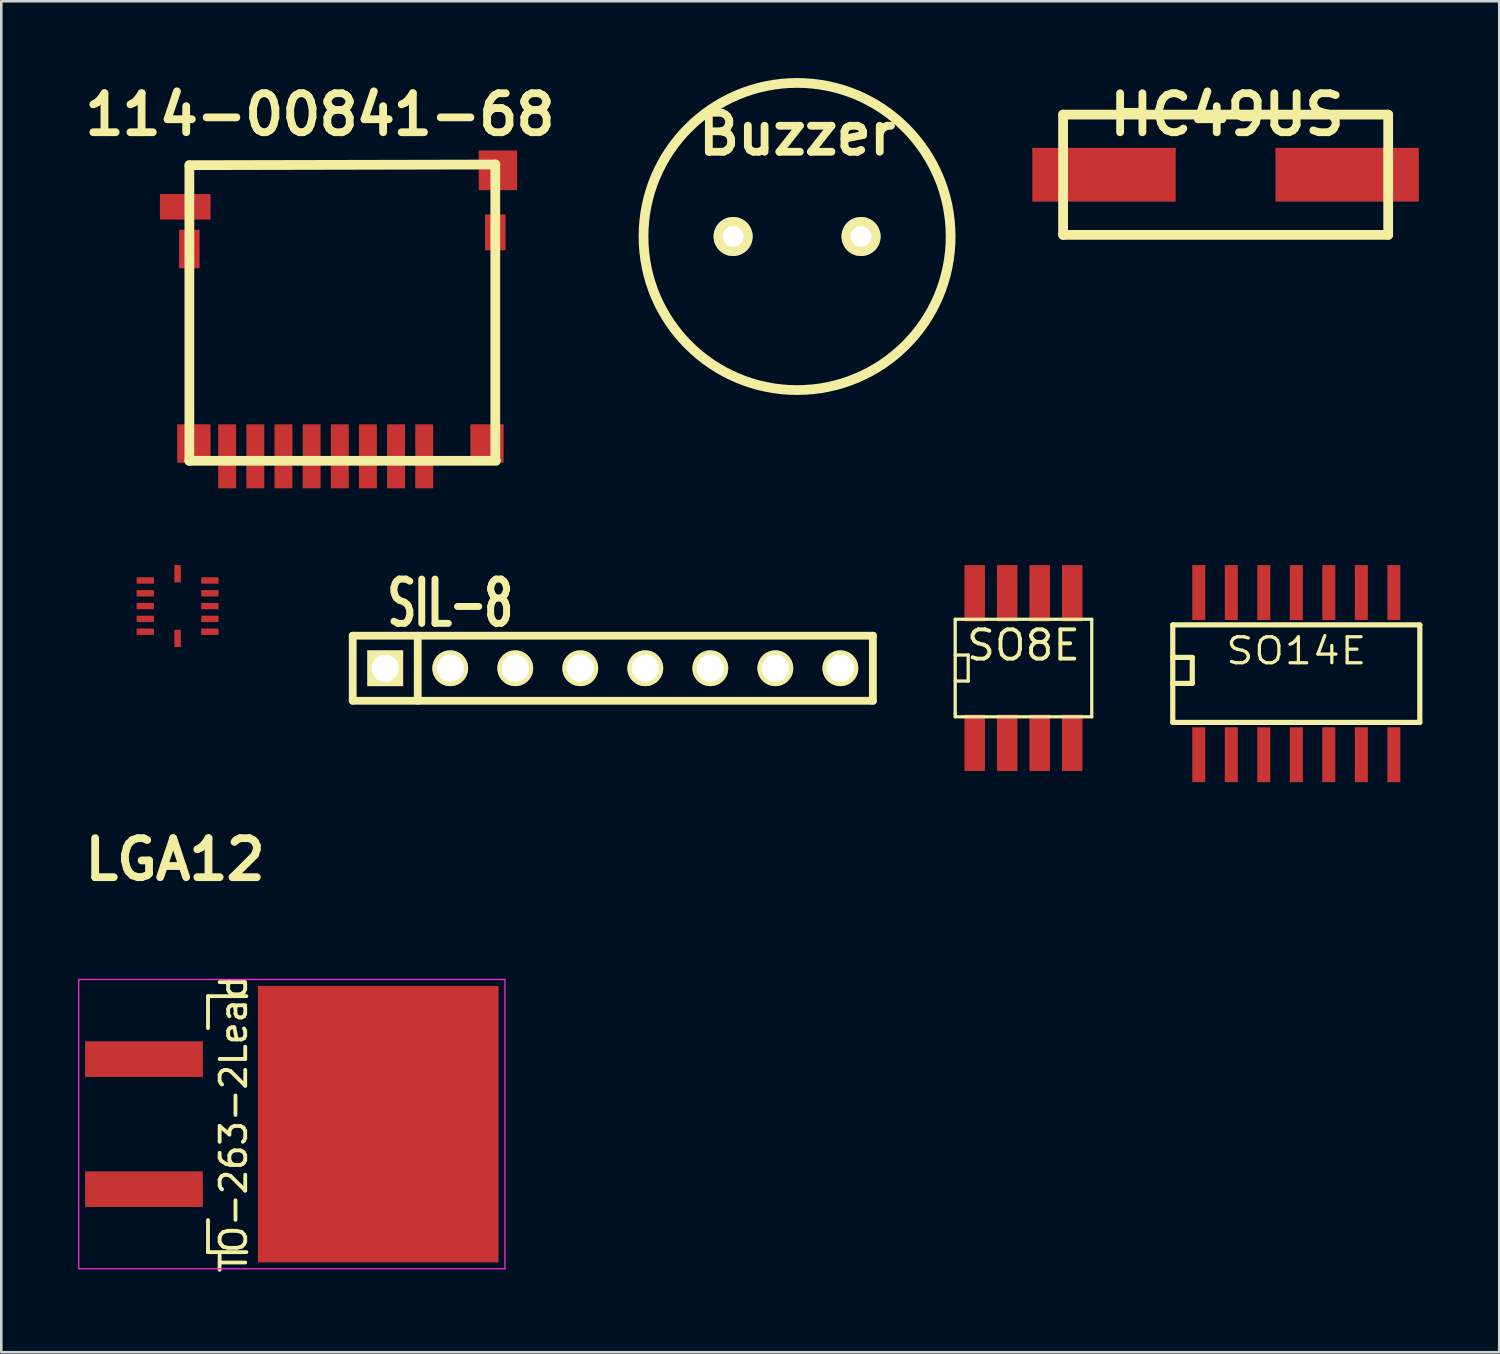
<source format=kicad_pcb>
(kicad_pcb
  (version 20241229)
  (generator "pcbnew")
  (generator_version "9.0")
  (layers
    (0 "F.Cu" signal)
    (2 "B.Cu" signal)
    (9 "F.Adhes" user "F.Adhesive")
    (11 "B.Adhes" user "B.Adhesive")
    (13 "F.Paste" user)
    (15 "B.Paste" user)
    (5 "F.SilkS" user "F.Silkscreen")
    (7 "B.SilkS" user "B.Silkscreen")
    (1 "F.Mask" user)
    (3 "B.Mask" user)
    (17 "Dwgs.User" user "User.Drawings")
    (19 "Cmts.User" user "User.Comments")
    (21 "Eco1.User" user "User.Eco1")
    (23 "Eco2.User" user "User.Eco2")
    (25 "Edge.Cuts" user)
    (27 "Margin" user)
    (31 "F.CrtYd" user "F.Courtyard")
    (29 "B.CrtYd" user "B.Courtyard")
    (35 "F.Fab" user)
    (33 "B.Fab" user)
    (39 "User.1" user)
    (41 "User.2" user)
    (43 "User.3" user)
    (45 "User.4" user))
  (footprint "LGA12"
    (layer "F.Cu")
    (at 3.887 20.627)
    (property "Reference" "LGA12" (at -0.099 9.901 0) (layer "F.SilkS") (effects (font (size 1.524 1.524) (thickness 0.305))))
    (attr through_hole)
    (pad "1" smd rect (at 1.262 1.001) (size 0.676 0.249) (layers "F.Cu" "F.Mask" "F.Paste"))
    (pad "2" smd rect (at 1.262 0.5) (size 0.676 0.249) (layers "F.Cu" "F.Mask" "F.Paste"))
    (pad "3" smd rect (at 1.262 0) (size 0.676 0.249) (layers "F.Cu" "F.Mask" "F.Paste"))
    (pad "4" smd rect (at 1.262 -0.5) (size 0.676 0.249) (layers "F.Cu" "F.Mask" "F.Paste"))
    (pad "5" smd rect (at 1.262 -1.001) (size 0.676 0.249) (layers "F.Cu" "F.Mask" "F.Paste"))
    (pad "6" smd rect (at 0 -1.262) (size 0.249 0.676) (layers "F.Cu" "F.Mask" "F.Paste"))
    (pad "7" smd rect (at -1.262 -1.001) (size 0.676 0.249) (layers "F.Cu" "F.Mask" "F.Paste"))
    (pad "8" smd rect (at -1.262 -0.5) (size 0.676 0.249) (layers "F.Cu" "F.Mask" "F.Paste"))
    (pad "9" smd rect (at -1.262 0) (size 0.676 0.249) (layers "F.Cu" "F.Mask" "F.Paste"))
    (pad "10" smd rect (at -1.262 0.5) (size 0.676 0.249) (layers "F.Cu" "F.Mask" "F.Paste"))
    (pad "11" smd rect (at -1.262 1.001) (size 0.676 0.249) (layers "F.Cu" "F.Mask" "F.Paste"))
    (pad "12" smd rect (at 0 1.262) (size 0.249 0.676) (layers "F.Cu" "F.Mask" "F.Paste")))
  (footprint "114-00841-68"
    (layer "F.Cu")
    (at 5.824 13.527)
    (property "Reference" "114-00841-68" (at 3.625 -12.101 0) (layer "F.SilkS") (effects (font (size 1.524 1.524) (thickness 0.305))))
    (attr through_hole)
    (fp_line (start -1.476 -10.124) (end -1.476 1.425) (stroke (width 0.381) (type solid)) (layer "F.SilkS"))
    (fp_line (start -1.476 1.425) (end 10.5 1.425) (stroke (width 0.381) (type solid)) (layer "F.SilkS"))
    (fp_line (start 10.475 -10.15) (end -1.476 -10.124) (stroke (width 0.381) (type solid)) (layer "F.SilkS"))
    (fp_line (start 10.475 1.374) (end 10.475 -10.15) (stroke (width 0.381) (type solid)) (layer "F.SilkS"))
    (fp_line (start -1.4 -2.324) (end 0.574 -5.951) (stroke (width 0.381) (type solid)) (layer "Eco1.User"))
    (fp_line (start -1.125 -6.025) (end 8.55 -6.025) (stroke (width 0.381) (type solid)) (layer "Eco1.User"))
    (fp_line (start -0.051 -2.324) (end 1.425 -2.349) (stroke (width 0.381) (type solid)) (layer "Eco1.User"))
    (fp_line (start 0.574 -5.951) (end 1.951 -5.951) (stroke (width 0.381) (type solid)) (layer "Eco1.User"))
    (fp_line (start 1.425 -2.349) (end 3.401 -5.999) (stroke (width 0.381) (type solid)) (layer "Eco1.User"))
    (fp_line (start 1.951 -5.951) (end -0.051 -2.324) (stroke (width 0.381) (type solid)) (layer "Eco1.User"))
    (fp_line (start 2.349 -10.051) (end 2.349 -7.75) (stroke (width 0.381) (type solid)) (layer "Eco1.User"))
    (fp_line (start 2.349 -7.75) (end 5.001 -7.75) (stroke (width 0.381) (type solid)) (layer "Eco1.User"))
    (fp_line (start 3.325 -2.225) (end 5.001 -2.276) (stroke (width 0.381) (type solid)) (layer "Eco1.User"))
    (fp_line (start 3.401 -5.999) (end 5.301 -5.999) (stroke (width 0.381) (type solid)) (layer "Eco1.User"))
    (fp_line (start 5.001 -7.75) (end 5.001 -10.099) (stroke (width 0.381) (type solid)) (layer "Eco1.User"))
    (fp_line (start 5.001 -2.276) (end 6.825 -5.926) (stroke (width 0.381) (type solid)) (layer "Eco1.User"))
    (fp_line (start 5.301 -5.999) (end 3.325 -2.225) (stroke (width 0.381) (type solid)) (layer "Eco1.User"))
    (fp_line (start 6.825 -5.926) (end 8.225 -5.974) (stroke (width 0.381) (type solid)) (layer "Eco1.User"))
    (fp_line (start 8.225 -5.974) (end 6.85 -2.276) (stroke (width 0.381) (type solid)) (layer "Eco1.User"))
    (fp_line (start 8.55 -6.025) (end 8.55 -2.324) (stroke (width 0.381) (type solid)) (layer "Eco1.User"))
    (fp_line (start 8.55 -2.324) (end -1.4 -2.324) (stroke (width 0.381) (type solid)) (layer "Eco1.User"))
    (pad "0" smd rect (at -1.476 -6.85) (size 0.8 1.501) (layers "F.Cu" "F.Mask" "F.Paste"))
    (pad "0" smd rect (at -1.3 0.749) (size 1.3 1.501) (layers "F.Cu" "F.Mask" "F.Paste"))
    (pad "0" smd rect (at 10.15 0.749) (size 1.3 1.501) (layers "F.Cu" "F.Mask" "F.Paste"))
    (pad "0" smd rect (at 10.475 -7.501) (size 0.8 1.4) (layers "F.Cu" "F.Mask" "F.Paste"))
    (pad "1" smd rect (at 7.699 1.25) (size 0.701 2.499) (layers "F.Cu" "F.Mask" "F.Paste"))
    (pad "2" smd rect (at 6.599 1.25) (size 0.701 2.499) (layers "F.Cu" "F.Mask" "F.Paste"))
    (pad "3" smd rect (at 5.499 1.25) (size 0.701 2.499) (layers "F.Cu" "F.Mask" "F.Paste"))
    (pad "4" smd rect (at 4.399 1.25) (size 0.701 2.499) (layers "F.Cu" "F.Mask" "F.Paste"))
    (pad "5" smd rect (at 3.299 1.25) (size 0.701 2.499) (layers "F.Cu" "F.Mask" "F.Paste"))
    (pad "6" smd rect (at 2.2 1.25) (size 0.701 2.499) (layers "F.Cu" "F.Mask" "F.Paste"))
    (pad "7" smd rect (at 1.1 1.25) (size 0.701 2.499) (layers "F.Cu" "F.Mask" "F.Paste"))
    (pad "8" smd rect (at 0 1.25) (size 0.701 2.499) (layers "F.Cu" "F.Mask" "F.Paste"))
    (pad "9" smd rect (at 10.577 -9.924) (size 1.501 1.549) (layers "F.Cu" "F.Mask" "F.Paste"))
    (pad "10" smd rect (at -1.638 -8.499) (size 1.976 1.001) (layers "F.Cu" "F.Mask" "F.Paste")))
  (footprint "SO14E"
    (layer "F.Cu")
    (at 47.59 23.139)
    (property "Reference" "SO14E" (at 0 -0.762 0) (layer "F.SilkS") (effects (font (size 1.016 1.143) (thickness 0.127))))
    (attr smd)
    (fp_line (start -4.826 -1.778) (end 4.826 -1.778) (stroke (width 0.203) (type solid)) (layer "F.SilkS"))
    (fp_line (start -4.826 -0.508) (end -4.064 -0.508) (stroke (width 0.203) (type solid)) (layer "F.SilkS"))
    (fp_line (start -4.826 2.032) (end -4.826 -1.778) (stroke (width 0.203) (type solid)) (layer "F.SilkS"))
    (fp_line (start -4.064 -0.508) (end -4.064 0.508) (stroke (width 0.203) (type solid)) (layer "F.SilkS"))
    (fp_line (start -4.064 0.508) (end -4.826 0.508) (stroke (width 0.203) (type solid)) (layer "F.SilkS"))
    (fp_line (start 4.826 -1.778) (end 4.826 2.032) (stroke (width 0.203) (type solid)) (layer "F.SilkS"))
    (fp_line (start 4.826 2.032) (end -4.826 2.032) (stroke (width 0.203) (type solid)) (layer "F.SilkS"))
    (pad "1" smd rect (at -3.81 3.294) (size 0.508 2.144) (layers "F.Cu" "F.Mask" "F.Paste"))
    (pad "2" smd rect (at -2.54 3.294) (size 0.508 2.144) (layers "F.Cu" "F.Mask" "F.Paste"))
    (pad "3" smd rect (at -1.27 3.294) (size 0.508 2.144) (layers "F.Cu" "F.Mask" "F.Paste"))
    (pad "4" smd rect (at 0 3.294) (size 0.508 2.144) (layers "F.Cu" "F.Mask" "F.Paste"))
    (pad "5" smd rect (at 1.27 3.294) (size 0.508 2.144) (layers "F.Cu" "F.Mask" "F.Paste"))
    (pad "6" smd rect (at 2.54 3.294) (size 0.508 2.144) (layers "F.Cu" "F.Mask" "F.Paste"))
    (pad "7" smd rect (at 3.81 3.294) (size 0.508 2.144) (layers "F.Cu" "F.Mask" "F.Paste"))
    (pad "8" smd rect (at 3.81 -3.04 180) (size 0.508 2.144) (layers "F.Cu" "F.Mask" "F.Paste"))
    (pad "9" smd rect (at 2.54 -3.04 180) (size 0.508 2.144) (layers "F.Cu" "F.Mask" "F.Paste"))
    (pad "10" smd rect (at 1.27 -3.04 180) (size 0.508 2.144) (layers "F.Cu" "F.Mask" "F.Paste"))
    (pad "11" smd rect (at 0 -3.04 180) (size 0.508 2.144) (layers "F.Cu" "F.Mask" "F.Paste"))
    (pad "12" smd rect (at -1.27 -3.04 180) (size 0.508 2.144) (layers "F.Cu" "F.Mask" "F.Paste"))
    (pad "13" smd rect (at -2.54 -3.04 180) (size 0.508 2.144) (layers "F.Cu" "F.Mask" "F.Paste"))
    (pad "14" smd rect (at -3.81 -3.04 180) (size 0.508 2.144) (layers "F.Cu" "F.Mask" "F.Paste")))
  (footprint "SO8E"
    (layer "F.Cu")
    (at 36.932 23.047)
    (property "Reference" "SO8E" (at 0 -0.889 0) (layer "F.SilkS") (effects (font (size 1.143 1.143) (thickness 0.152))))
    (attr smd)
    (fp_line (start -2.667 -1.905) (end -2.667 1.778) (stroke (width 0.127) (type solid)) (layer "F.SilkS"))
    (fp_line (start -2.667 -0.508) (end -2.159 -0.508) (stroke (width 0.127) (type solid)) (layer "F.SilkS"))
    (fp_line (start -2.667 1.778) (end -2.667 1.905) (stroke (width 0.127) (type solid)) (layer "F.SilkS"))
    (fp_line (start -2.667 1.905) (end 2.667 1.905) (stroke (width 0.127) (type solid)) (layer "F.SilkS"))
    (fp_line (start -2.159 -0.508) (end -2.159 0.508) (stroke (width 0.127) (type solid)) (layer "F.SilkS"))
    (fp_line (start -2.159 0.508) (end -2.667 0.508) (stroke (width 0.127) (type solid)) (layer "F.SilkS"))
    (fp_line (start 2.667 -1.905) (end -2.667 -1.905) (stroke (width 0.127) (type solid)) (layer "F.SilkS"))
    (fp_line (start 2.667 -1.905) (end 2.667 1.905) (stroke (width 0.127) (type solid)) (layer "F.SilkS"))
    (pad "1" smd rect (at -1.905 2.921) (size 0.8 2.2) (layers "F.Cu" "F.Mask" "F.Paste"))
    (pad "2" smd rect (at -0.635 2.921) (size 0.8 2.2) (layers "F.Cu" "F.Mask" "F.Paste"))
    (pad "3" smd rect (at 0.635 2.921) (size 0.8 2.2) (layers "F.Cu" "F.Mask" "F.Paste"))
    (pad "4" smd rect (at 1.905 2.921) (size 0.8 2.2) (layers "F.Cu" "F.Mask" "F.Paste"))
    (pad "5" smd rect (at 1.905 -2.921) (size 0.8 2.2) (layers "F.Cu" "F.Mask" "F.Paste"))
    (pad "6" smd rect (at 0.635 -2.921) (size 0.8 2.2) (layers "F.Cu" "F.Mask" "F.Paste"))
    (pad "7" smd rect (at -0.635 -2.921) (size 0.8 2.2) (layers "F.Cu" "F.Mask" "F.Paste"))
    (pad "8" smd rect (at -1.905 -2.921) (size 0.8 2.2) (layers "F.Cu" "F.Mask" "F.Paste")))
  (footprint "SIL-8"
    (layer "F.Cu")
    (at 20.889 23.055)
    (property "Reference" "SIL-8" (at -6.35 -2.54 0) (layer "F.SilkS") (effects (font (size 1.73 1.087) (thickness 0.272))))
    (attr through_hole)
    (fp_line (start -10.16 -1.27) (end 10.16 -1.27) (stroke (width 0.305) (type solid)) (layer "F.SilkS"))
    (fp_line (start -10.16 1.27) (end -10.16 -1.27) (stroke (width 0.305) (type solid)) (layer "F.SilkS"))
    (fp_line (start -7.62 1.27) (end -7.62 -1.27) (stroke (width 0.305) (type solid)) (layer "F.SilkS"))
    (fp_line (start 10.16 -1.27) (end 10.16 1.27) (stroke (width 0.305) (type solid)) (layer "F.SilkS"))
    (fp_line (start 10.16 1.27) (end -10.16 1.27) (stroke (width 0.305) (type solid)) (layer "F.SilkS"))
    (pad "1" thru_hole rect (at -8.89 0) (size 1.397 1.397) (drill 1.067) (layers "*.Cu" "*.Mask" "F.SilkS"))
    (pad "2" thru_hole circle (at -6.35 0) (size 1.397 1.397) (drill 1.067) (layers "*.Cu" "*.Mask" "F.SilkS"))
    (pad "3" thru_hole circle (at -3.81 0) (size 1.397 1.397) (drill 1.067) (layers "*.Cu" "*.Mask" "F.SilkS"))
    (pad "4" thru_hole circle (at -1.27 0) (size 1.397 1.397) (drill 1.067) (layers "*.Cu" "*.Mask" "F.SilkS"))
    (pad "5" thru_hole circle (at 1.27 0) (size 1.397 1.397) (drill 1.067) (layers "*.Cu" "*.Mask" "F.SilkS"))
    (pad "6" thru_hole circle (at 3.81 0) (size 1.397 1.397) (drill 1.067) (layers "*.Cu" "*.Mask" "F.SilkS"))
    (pad "7" thru_hole circle (at 6.35 0) (size 1.397 1.397) (drill 1.067) (layers "*.Cu" "*.Mask" "F.SilkS"))
    (pad "8" thru_hole circle (at 8.89 0) (size 1.397 1.397) (drill 1.067) (layers "*.Cu" "*.Mask" "F.SilkS")))
  (footprint "TO-263-2Lead"
    (layer "F.Cu")
    (at 2.575 40.865)
    (property "Reference" "TO-263-2Lead" (at 3.5 0 90) (layer "F.SilkS") (effects (font (size 1 1) (thickness 0.15))))
    (attr smd)
    (fp_line (start 2.5 -5) (end 2.5 -3.75) (stroke (width 0.15) (type solid)) (layer "F.SilkS"))
    (fp_line (start 2.5 -5) (end 4 -5) (stroke (width 0.15) (type solid)) (layer "F.SilkS"))
    (fp_line (start 2.5 5) (end 2.5 3.75) (stroke (width 0.15) (type solid)) (layer "F.SilkS"))
    (fp_line (start 2.5 5) (end 4 5) (stroke (width 0.15) (type solid)) (layer "F.SilkS"))
    (fp_line (start -2.55 -5.65) (end -2.55 5.65) (stroke (width 0.05) (type solid)) (layer "F.CrtYd"))
    (fp_line (start 14.1 -5.65) (end -2.55 -5.65) (stroke (width 0.05) (type solid)) (layer "F.CrtYd"))
    (fp_line (start 14.1 -5.65) (end 14.1 5.65) (stroke (width 0.05) (type solid)) (layer "F.CrtYd"))
    (fp_line (start 14.1 5.65) (end -2.55 5.65) (stroke (width 0.05) (type solid)) (layer "F.CrtYd"))
    (pad "1" smd rect (at 0 -2.54) (size 4.6 1.39) (layers "F.Cu" "F.Mask" "F.Paste"))
    (pad "2" smd rect (at 0 2.54) (size 4.6 1.39) (layers "F.Cu" "F.Mask" "F.Paste"))
    (pad "3" smd rect (at 9.15 0) (size 9.4 10.8) (layers "F.Cu" "F.Mask" "F.Paste")))
  (footprint "Buzzer"
    (layer "F.Cu")
    (at 28.088 2.189)
    (property "Reference" "Buzzer" (at 0 0 0) (layer "F.SilkS") (effects (font (size 1.524 1.524) (thickness 0.305))))
    (attr through_hole)
    (fp_circle (center 0 4) (end 5.999 4) (stroke (width 0.381) (type solid)) (fill no) (layer "F.SilkS"))
    (pad "1" thru_hole circle (at 2.499 4) (size 1.524 1.524) (drill 0.813) (layers "*.Cu" "*.Mask" "F.SilkS"))
    (pad "2" thru_hole circle (at -2.499 4) (size 1.524 1.524) (drill 0.813) (layers "*.Cu" "*.Mask" "F.SilkS")))
  (footprint "HC49US"
    (layer "F.Cu")
    (at 44.83 3.776)
    (property "Reference" "HC49US" (at 0.051 -2.349 0) (layer "F.SilkS") (effects (font (size 1.524 1.524) (thickness 0.305))))
    (attr through_hole)
    (fp_line (start -6.35 -2.349) (end 6.35 -2.349) (stroke (width 0.381) (type solid)) (layer "F.SilkS"))
    (fp_line (start -6.35 2.349) (end -6.35 -2.349) (stroke (width 0.381) (type solid)) (layer "F.SilkS"))
    (fp_line (start 6.35 -2.349) (end 6.35 2.349) (stroke (width 0.381) (type solid)) (layer "F.SilkS"))
    (fp_line (start 6.35 2.349) (end -6.35 2.349) (stroke (width 0.381) (type solid)) (layer "F.SilkS"))
    (pad "1" smd rect (at -4.752 0) (size 5.601 2.101) (layers "F.Cu" "F.Mask" "F.Paste"))
    (pad "2" smd rect (at 4.747 0) (size 5.601 2.101) (layers "F.Cu" "F.Mask" "F.Paste")))
  (gr_rect
    (start -3 -3)
    (end 55.517 49.775)
    (stroke (width 0.1) (type default))
    (fill no)
    (layer "Edge.Cuts")))
</source>
